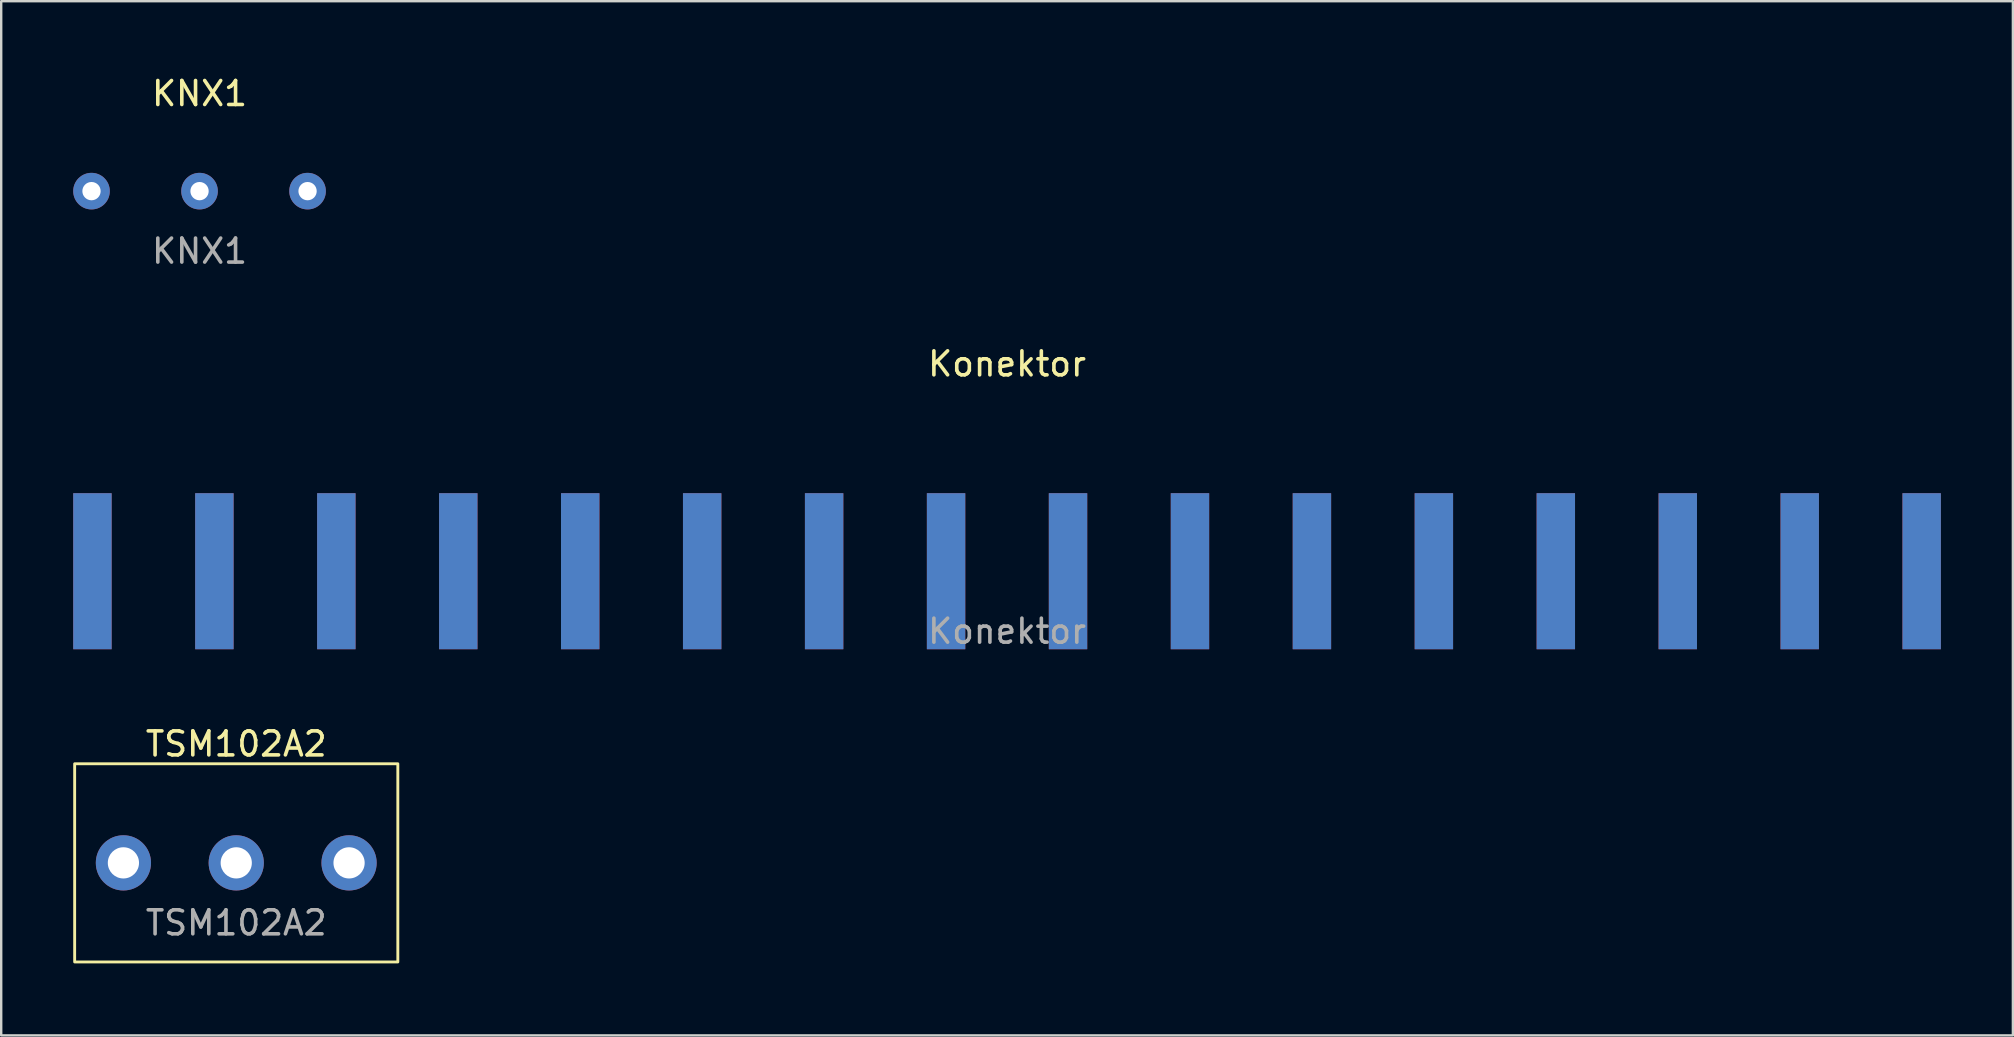
<source format=kicad_pcb>
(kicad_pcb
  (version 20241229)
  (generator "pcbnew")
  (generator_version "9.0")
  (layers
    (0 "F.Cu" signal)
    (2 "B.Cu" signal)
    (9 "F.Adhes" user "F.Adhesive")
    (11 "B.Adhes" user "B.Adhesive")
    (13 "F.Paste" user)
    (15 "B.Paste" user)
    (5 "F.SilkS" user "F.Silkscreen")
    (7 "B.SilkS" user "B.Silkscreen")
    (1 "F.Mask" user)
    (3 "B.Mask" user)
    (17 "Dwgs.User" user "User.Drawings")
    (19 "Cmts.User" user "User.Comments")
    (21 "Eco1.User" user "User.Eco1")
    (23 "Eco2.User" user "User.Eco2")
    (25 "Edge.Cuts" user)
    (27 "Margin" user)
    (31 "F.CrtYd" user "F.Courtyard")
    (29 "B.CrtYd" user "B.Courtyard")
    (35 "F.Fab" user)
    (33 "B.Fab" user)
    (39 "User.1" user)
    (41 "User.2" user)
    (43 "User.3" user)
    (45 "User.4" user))
  (footprint "Konektor"
    (layer "F.Cu")
    (at 38.9 20.745)
    (property "Reference" "Konektor" (at 0 -8.636 0) (unlocked yes) (layer "F.SilkS") (effects (font (size 1 1) (thickness 0.15))))
    (attr smd)
    (fp_text user "${REFERENCE}" (at 0 2.5 0) (unlocked yes) (layer "F.Fab") (effects (font (size 1 1) (thickness 0.15))))
    (pad "1" smd rect (at -38.1 0) (size 1.6 6.5) (layers "F.Cu" "F.Mask" "F.Paste"))
    (pad "1" smd rect (at -38.1 0 180) (size 1.6 6.5) (layers "B.Cu" "B.Mask" "B.Paste"))
    (pad "2" smd rect (at -33.02 0) (size 1.6 6.5) (layers "F.Cu" "F.Mask" "F.Paste"))
    (pad "2" smd rect (at -33.02 0 180) (size 1.6 6.5) (layers "B.Cu" "B.Mask" "B.Paste"))
    (pad "3" smd rect (at -27.94 0) (size 1.6 6.5) (layers "F.Cu" "F.Mask" "F.Paste"))
    (pad "3" smd rect (at -27.94 0 180) (size 1.6 6.5) (layers "B.Cu" "B.Mask" "B.Paste"))
    (pad "4" smd rect (at -22.86 0) (size 1.6 6.5) (layers "F.Cu" "F.Mask" "F.Paste"))
    (pad "4" smd rect (at -22.86 0 180) (size 1.6 6.5) (layers "B.Cu" "B.Mask" "B.Paste"))
    (pad "5" smd rect (at -17.78 0) (size 1.6 6.5) (layers "F.Cu" "F.Mask" "F.Paste"))
    (pad "5" smd rect (at -17.78 0 180) (size 1.6 6.5) (layers "B.Cu" "B.Mask" "B.Paste"))
    (pad "6" smd rect (at -12.7 0) (size 1.6 6.5) (layers "F.Cu" "F.Mask" "F.Paste"))
    (pad "6" smd rect (at -12.7 0 180) (size 1.6 6.5) (layers "B.Cu" "B.Mask" "B.Paste"))
    (pad "7" smd rect (at -7.62 0) (size 1.6 6.5) (layers "F.Cu" "F.Mask" "F.Paste"))
    (pad "7" smd rect (at -7.62 0 180) (size 1.6 6.5) (layers "B.Cu" "B.Mask" "B.Paste"))
    (pad "8" smd rect (at -2.54 0) (size 1.6 6.5) (layers "F.Cu" "F.Mask" "F.Paste"))
    (pad "8" smd rect (at -2.54 0 180) (size 1.6 6.5) (layers "B.Cu" "B.Mask" "B.Paste"))
    (pad "9" smd rect (at 2.54 0) (size 1.6 6.5) (layers "F.Cu" "F.Mask" "F.Paste"))
    (pad "9" smd rect (at 2.54 0 180) (size 1.6 6.5) (layers "B.Cu" "B.Mask" "B.Paste"))
    (pad "10" smd rect (at 7.62 0) (size 1.6 6.5) (layers "F.Cu" "F.Mask" "F.Paste"))
    (pad "10" smd rect (at 7.62 0 180) (size 1.6 6.5) (layers "B.Cu" "B.Mask" "B.Paste"))
    (pad "11" smd rect (at 12.7 0) (size 1.6 6.5) (layers "F.Cu" "F.Mask" "F.Paste"))
    (pad "11" smd rect (at 12.7 0 180) (size 1.6 6.5) (layers "B.Cu" "B.Mask" "B.Paste"))
    (pad "12" smd rect (at 17.78 0) (size 1.6 6.5) (layers "F.Cu" "F.Mask" "F.Paste"))
    (pad "12" smd rect (at 17.78 0 180) (size 1.6 6.5) (layers "B.Cu" "B.Mask" "B.Paste"))
    (pad "13" smd rect (at 22.86 0) (size 1.6 6.5) (layers "F.Cu" "F.Mask" "F.Paste"))
    (pad "13" smd rect (at 22.86 0 180) (size 1.6 6.5) (layers "B.Cu" "B.Mask" "B.Paste"))
    (pad "14" smd rect (at 27.94 0) (size 1.6 6.5) (layers "F.Cu" "F.Mask" "F.Paste"))
    (pad "14" smd rect (at 27.94 0 180) (size 1.6 6.5) (layers "B.Cu" "B.Mask" "B.Paste"))
    (pad "15" smd rect (at 33.02 0) (size 1.6 6.5) (layers "F.Cu" "F.Mask" "F.Paste"))
    (pad "15" smd rect (at 33.02 0 180) (size 1.6 6.5) (layers "B.Cu" "B.Mask" "B.Paste"))
    (pad "16" smd rect (at 38.1 0) (size 1.6 6.5) (layers "F.Cu" "F.Mask" "F.Paste"))
    (pad "16" smd rect (at 38.1 0 180) (size 1.6 6.5) (layers "B.Cu" "B.Mask" "B.Paste")))
  (footprint "KNX1"
    (layer "F.Cu")
    (at 5.262 4.912)
    (property "Reference" "KNX1" (at 0 -4.064 0) (unlocked yes) (layer "F.SilkS") (effects (font (size 1 1) (thickness 0.15))))
    (attr through_hole)
    (fp_text user "${REFERENCE}" (at 0 2.5 0) (unlocked yes) (layer "F.Fab") (effects (font (size 1 1) (thickness 0.15))))
    (pad "1" thru_hole circle (at -4.5 0) (size 1.524 1.524) (drill 0.762) (layers "*.Cu" "*.Mask"))
    (pad "2" thru_hole circle (at 0 0) (size 1.524 1.524) (drill 0.762) (layers "*.Cu" "*.Mask"))
    (pad "3" thru_hole circle (at 4.5 0) (size 1.524 1.524) (drill 0.762) (layers "*.Cu" "*.Mask")))
  (footprint "TSM102A2"
    (layer "F.Cu")
    (at 6.791 32.894)
    (property "Reference" "TSM102A2" (at 0 -4.953 0) (unlocked yes) (layer "F.SilkS") (effects (font (size 1 1) (thickness 0.15))))
    (attr through_hole)
    (fp_rect (start -6.731 -4.128) (end 6.731 4.128) (stroke (width 0.12) (type solid)) (fill no) (layer "F.SilkS"))
    (fp_text user "${REFERENCE}" (at 0 2.5 0) (unlocked yes) (layer "F.Fab") (effects (font (size 1 1) (thickness 0.15))))
    (pad "1" thru_hole circle (at -4.7 0) (size 2.3 2.3) (drill 1.3) (layers "*.Cu" "*.Mask"))
    (pad "2" thru_hole circle (at 0 0) (size 2.3 2.3) (drill 1.3) (layers "*.Cu" "*.Mask"))
    (pad "3" thru_hole circle (at 4.7 0) (size 2.3 2.3) (drill 1.3) (layers "*.Cu" "*.Mask")))
  (gr_rect
    (start -3 -3)
    (end 80.8 40.082)
    (stroke (width 0.1) (type default))
    (fill no)
    (layer "Edge.Cuts")))
</source>
